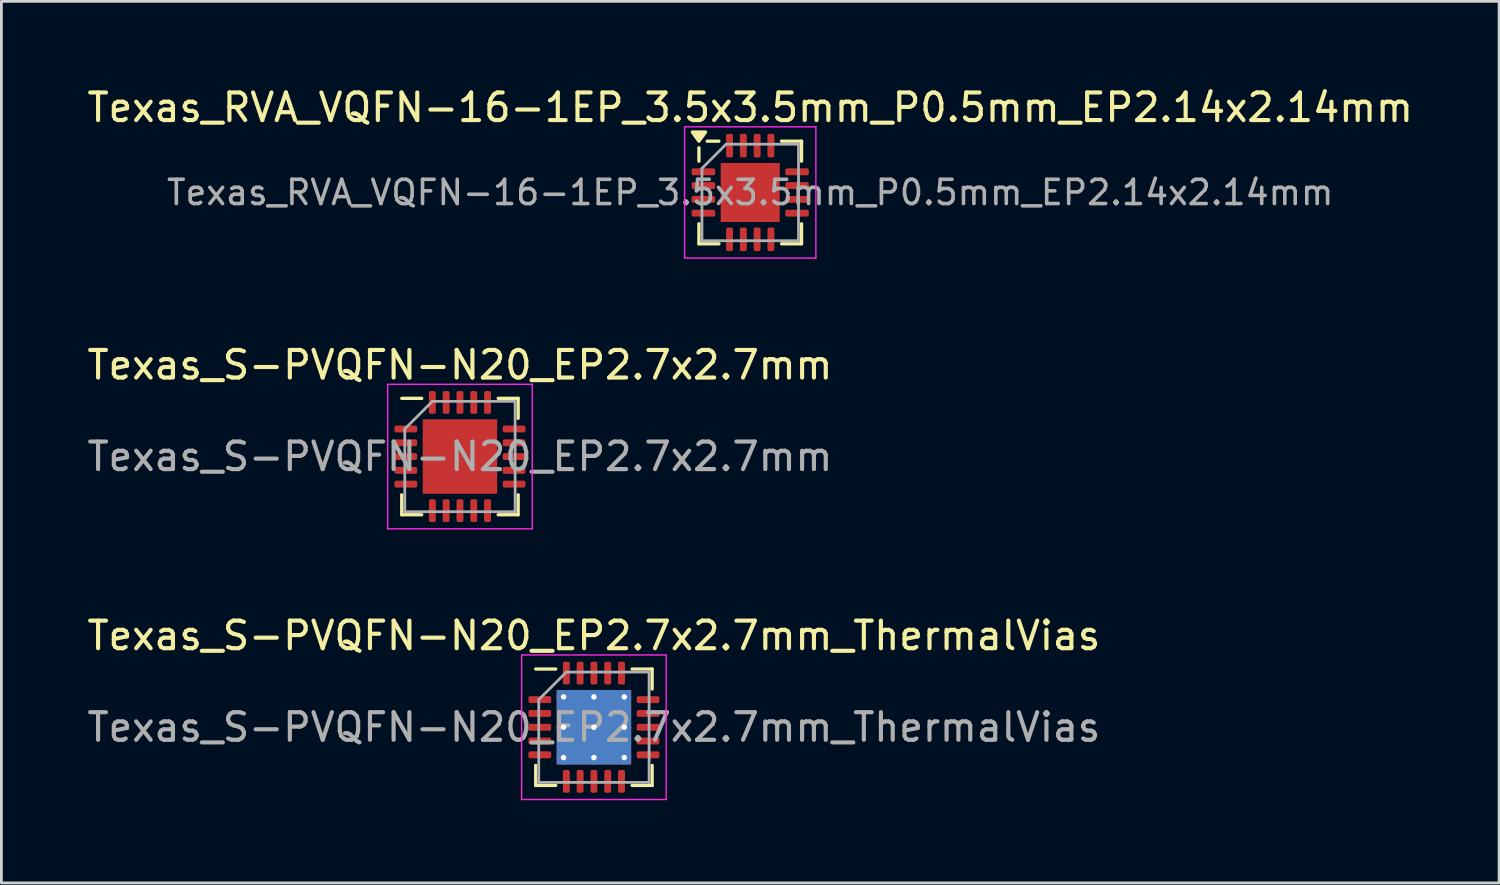
<source format=kicad_pcb>
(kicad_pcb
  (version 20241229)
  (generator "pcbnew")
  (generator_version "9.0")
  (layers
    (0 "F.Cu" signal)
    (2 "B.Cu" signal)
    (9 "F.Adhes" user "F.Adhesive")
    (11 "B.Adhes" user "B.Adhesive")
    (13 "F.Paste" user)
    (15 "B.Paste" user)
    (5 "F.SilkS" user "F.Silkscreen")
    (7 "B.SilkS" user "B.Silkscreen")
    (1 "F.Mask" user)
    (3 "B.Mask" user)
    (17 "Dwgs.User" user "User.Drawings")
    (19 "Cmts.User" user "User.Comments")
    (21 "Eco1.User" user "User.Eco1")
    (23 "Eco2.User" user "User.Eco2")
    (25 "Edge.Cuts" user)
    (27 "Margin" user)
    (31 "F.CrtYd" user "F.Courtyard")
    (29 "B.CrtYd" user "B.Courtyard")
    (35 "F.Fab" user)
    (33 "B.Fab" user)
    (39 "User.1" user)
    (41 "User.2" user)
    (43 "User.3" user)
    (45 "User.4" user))
  (footprint "Texas_S-PVQFN-N20_EP2.7x2.7mm_ThermalVias"
    (layer "F.Cu")
    (at 18.482 23.315)
    (property "Reference" "Texas_S-PVQFN-N20_EP2.7x2.7mm_ThermalVias" (at 0 -3.32 0) (layer "F.SilkS") (effects (font (size 1 1) (thickness 0.15))))
    (attr smd)
    (fp_line (start -2.11 2.11) (end -2.11 1.385) (stroke (width 0.12) (type solid)) (layer "F.SilkS"))
    (fp_line (start -1.385 -2.11) (end -2.11 -2.11) (stroke (width 0.12) (type solid)) (layer "F.SilkS"))
    (fp_line (start -1.385 2.11) (end -2.11 2.11) (stroke (width 0.12) (type solid)) (layer "F.SilkS"))
    (fp_line (start 1.385 -2.11) (end 2.11 -2.11) (stroke (width 0.12) (type solid)) (layer "F.SilkS"))
    (fp_line (start 1.385 2.11) (end 2.11 2.11) (stroke (width 0.12) (type solid)) (layer "F.SilkS"))
    (fp_line (start 2.11 -2.11) (end 2.11 -1.385) (stroke (width 0.12) (type solid)) (layer "F.SilkS"))
    (fp_line (start 2.11 2.11) (end 2.11 1.385) (stroke (width 0.12) (type solid)) (layer "F.SilkS"))
    (fp_line (start -2.62 -2.62) (end -2.62 2.62) (stroke (width 0.05) (type solid)) (layer "F.CrtYd"))
    (fp_line (start -2.62 2.62) (end 2.62 2.62) (stroke (width 0.05) (type solid)) (layer "F.CrtYd"))
    (fp_line (start 2.62 -2.62) (end -2.62 -2.62) (stroke (width 0.05) (type solid)) (layer "F.CrtYd"))
    (fp_line (start 2.62 2.62) (end 2.62 -2.62) (stroke (width 0.05) (type solid)) (layer "F.CrtYd"))
    (fp_line (start -2 -1) (end -1 -2) (stroke (width 0.1) (type solid)) (layer "F.Fab"))
    (fp_line (start -2 2) (end -2 -1) (stroke (width 0.1) (type solid)) (layer "F.Fab"))
    (fp_line (start -1 -2) (end 2 -2) (stroke (width 0.1) (type solid)) (layer "F.Fab"))
    (fp_line (start 2 -2) (end 2 2) (stroke (width 0.1) (type solid)) (layer "F.Fab"))
    (fp_line (start 2 2) (end -2 2) (stroke (width 0.1) (type solid)) (layer "F.Fab"))
    (fp_text user "${REFERENCE}" (at 0 0 0) (layer "F.Fab") (effects (font (size 1 1) (thickness 0.15))))
    (pad "" smd roundrect (at -0.675 -0.675) (size 1.13 1.13) (layers "F.Paste") (roundrect_rratio 0.221))
    (pad "" smd roundrect (at -0.675 0.675) (size 1.13 1.13) (layers "F.Paste") (roundrect_rratio 0.221))
    (pad "" smd roundrect (at 0.675 -0.675) (size 1.13 1.13) (layers "F.Paste") (roundrect_rratio 0.221))
    (pad "" smd roundrect (at 0.675 0.675) (size 1.13 1.13) (layers "F.Paste") (roundrect_rratio 0.221))
    (pad "1" smd roundrect (at -1.962 -1) (size 0.825 0.25) (layers "F.Cu" "F.Mask" "F.Paste") (roundrect_rratio 0.25))
    (pad "2" smd roundrect (at -1.962 -0.5) (size 0.825 0.25) (layers "F.Cu" "F.Mask" "F.Paste") (roundrect_rratio 0.25))
    (pad "3" smd roundrect (at -1.962 0) (size 0.825 0.25) (layers "F.Cu" "F.Mask" "F.Paste") (roundrect_rratio 0.25))
    (pad "4" smd roundrect (at -1.962 0.5) (size 0.825 0.25) (layers "F.Cu" "F.Mask" "F.Paste") (roundrect_rratio 0.25))
    (pad "5" smd roundrect (at -1.962 1) (size 0.825 0.25) (layers "F.Cu" "F.Mask" "F.Paste") (roundrect_rratio 0.25))
    (pad "6" smd roundrect (at -1 1.962) (size 0.25 0.825) (layers "F.Cu" "F.Mask" "F.Paste") (roundrect_rratio 0.25))
    (pad "7" smd roundrect (at -0.5 1.962) (size 0.25 0.825) (layers "F.Cu" "F.Mask" "F.Paste") (roundrect_rratio 0.25))
    (pad "8" smd roundrect (at 0 1.962) (size 0.25 0.825) (layers "F.Cu" "F.Mask" "F.Paste") (roundrect_rratio 0.25))
    (pad "9" smd roundrect (at 0.5 1.962) (size 0.25 0.825) (layers "F.Cu" "F.Mask" "F.Paste") (roundrect_rratio 0.25))
    (pad "10" smd roundrect (at 1 1.962) (size 0.25 0.825) (layers "F.Cu" "F.Mask" "F.Paste") (roundrect_rratio 0.25))
    (pad "11" smd roundrect (at 1.962 1) (size 0.825 0.25) (layers "F.Cu" "F.Mask" "F.Paste") (roundrect_rratio 0.25))
    (pad "12" smd roundrect (at 1.962 0.5) (size 0.825 0.25) (layers "F.Cu" "F.Mask" "F.Paste") (roundrect_rratio 0.25))
    (pad "13" smd roundrect (at 1.962 0) (size 0.825 0.25) (layers "F.Cu" "F.Mask" "F.Paste") (roundrect_rratio 0.25))
    (pad "14" smd roundrect (at 1.962 -0.5) (size 0.825 0.25) (layers "F.Cu" "F.Mask" "F.Paste") (roundrect_rratio 0.25))
    (pad "15" smd roundrect (at 1.962 -1) (size 0.825 0.25) (layers "F.Cu" "F.Mask" "F.Paste") (roundrect_rratio 0.25))
    (pad "16" smd roundrect (at 1 -1.962) (size 0.25 0.825) (layers "F.Cu" "F.Mask" "F.Paste") (roundrect_rratio 0.25))
    (pad "17" smd roundrect (at 0.5 -1.962) (size 0.25 0.825) (layers "F.Cu" "F.Mask" "F.Paste") (roundrect_rratio 0.25))
    (pad "18" smd roundrect (at 0 -1.962) (size 0.25 0.825) (layers "F.Cu" "F.Mask" "F.Paste") (roundrect_rratio 0.25))
    (pad "19" smd roundrect (at -0.5 -1.962) (size 0.25 0.825) (layers "F.Cu" "F.Mask" "F.Paste") (roundrect_rratio 0.25))
    (pad "20" smd roundrect (at -1 -1.962) (size 0.25 0.825) (layers "F.Cu" "F.Mask" "F.Paste") (roundrect_rratio 0.25))
    (pad "21" thru_hole circle (at -1.1 -1.1) (size 0.5 0.5) (drill 0.2) (layers "*.Cu"))
    (pad "21" thru_hole circle (at -1.1 0) (size 0.5 0.5) (drill 0.2) (layers "*.Cu"))
    (pad "21" thru_hole circle (at -1.1 1.1) (size 0.5 0.5) (drill 0.2) (layers "*.Cu"))
    (pad "21" thru_hole circle (at 0 -1.1) (size 0.5 0.5) (drill 0.2) (layers "*.Cu"))
    (pad "21" thru_hole circle (at 0 0) (size 0.5 0.5) (drill 0.2) (layers "*.Cu"))
    (pad "21" smd rect (at 0 0) (size 2.7 2.7) (layers "F.Cu" "F.Mask"))
    (pad "21" smd rect (at 0 0) (size 2.7 2.7) (layers "B.Cu"))
    (pad "21" thru_hole circle (at 0 1.1) (size 0.5 0.5) (drill 0.2) (layers "*.Cu"))
    (pad "21" thru_hole circle (at 1.1 -1.1) (size 0.5 0.5) (drill 0.2) (layers "*.Cu"))
    (pad "21" thru_hole circle (at 1.1 0) (size 0.5 0.5) (drill 0.2) (layers "*.Cu"))
    (pad "21" thru_hole circle (at 1.1 1.1) (size 0.5 0.5) (drill 0.2) (layers "*.Cu")))
  (footprint "Texas_S-PVQFN-N20_EP2.7x2.7mm"
    (layer "F.Cu")
    (at 13.625 13.502)
    (property "Reference" "Texas_S-PVQFN-N20_EP2.7x2.7mm" (at 0 -3.32 0) (layer "F.SilkS") (effects (font (size 1 1) (thickness 0.15))))
    (attr smd)
    (fp_line (start -2.11 2.11) (end -2.11 1.385) (stroke (width 0.12) (type solid)) (layer "F.SilkS"))
    (fp_line (start -1.385 -2.11) (end -2.11 -2.11) (stroke (width 0.12) (type solid)) (layer "F.SilkS"))
    (fp_line (start -1.385 2.11) (end -2.11 2.11) (stroke (width 0.12) (type solid)) (layer "F.SilkS"))
    (fp_line (start 1.385 -2.11) (end 2.11 -2.11) (stroke (width 0.12) (type solid)) (layer "F.SilkS"))
    (fp_line (start 1.385 2.11) (end 2.11 2.11) (stroke (width 0.12) (type solid)) (layer "F.SilkS"))
    (fp_line (start 2.11 -2.11) (end 2.11 -1.385) (stroke (width 0.12) (type solid)) (layer "F.SilkS"))
    (fp_line (start 2.11 2.11) (end 2.11 1.385) (stroke (width 0.12) (type solid)) (layer "F.SilkS"))
    (fp_line (start -2.62 -2.62) (end -2.62 2.62) (stroke (width 0.05) (type solid)) (layer "F.CrtYd"))
    (fp_line (start -2.62 2.62) (end 2.62 2.62) (stroke (width 0.05) (type solid)) (layer "F.CrtYd"))
    (fp_line (start 2.62 -2.62) (end -2.62 -2.62) (stroke (width 0.05) (type solid)) (layer "F.CrtYd"))
    (fp_line (start 2.62 2.62) (end 2.62 -2.62) (stroke (width 0.05) (type solid)) (layer "F.CrtYd"))
    (fp_line (start -2 -1) (end -1 -2) (stroke (width 0.1) (type solid)) (layer "F.Fab"))
    (fp_line (start -2 2) (end -2 -1) (stroke (width 0.1) (type solid)) (layer "F.Fab"))
    (fp_line (start -1 -2) (end 2 -2) (stroke (width 0.1) (type solid)) (layer "F.Fab"))
    (fp_line (start 2 -2) (end 2 2) (stroke (width 0.1) (type solid)) (layer "F.Fab"))
    (fp_line (start 2 2) (end -2 2) (stroke (width 0.1) (type solid)) (layer "F.Fab"))
    (fp_text user "${REFERENCE}" (at 0 0 0) (layer "F.Fab") (effects (font (size 1 1) (thickness 0.15))))
    (pad "" smd roundrect (at -0.675 -0.675) (size 1.09 1.09) (layers "F.Paste") (roundrect_rratio 0.229))
    (pad "" smd roundrect (at -0.675 0.675) (size 1.09 1.09) (layers "F.Paste") (roundrect_rratio 0.229))
    (pad "" smd roundrect (at 0.675 -0.675) (size 1.09 1.09) (layers "F.Paste") (roundrect_rratio 0.229))
    (pad "" smd roundrect (at 0.675 0.675) (size 1.09 1.09) (layers "F.Paste") (roundrect_rratio 0.229))
    (pad "1" smd roundrect (at -1.962 -1) (size 0.825 0.25) (layers "F.Cu" "F.Mask" "F.Paste") (roundrect_rratio 0.25))
    (pad "2" smd roundrect (at -1.962 -0.5) (size 0.825 0.25) (layers "F.Cu" "F.Mask" "F.Paste") (roundrect_rratio 0.25))
    (pad "3" smd roundrect (at -1.962 0) (size 0.825 0.25) (layers "F.Cu" "F.Mask" "F.Paste") (roundrect_rratio 0.25))
    (pad "4" smd roundrect (at -1.962 0.5) (size 0.825 0.25) (layers "F.Cu" "F.Mask" "F.Paste") (roundrect_rratio 0.25))
    (pad "5" smd roundrect (at -1.962 1) (size 0.825 0.25) (layers "F.Cu" "F.Mask" "F.Paste") (roundrect_rratio 0.25))
    (pad "6" smd roundrect (at -1 1.962) (size 0.25 0.825) (layers "F.Cu" "F.Mask" "F.Paste") (roundrect_rratio 0.25))
    (pad "7" smd roundrect (at -0.5 1.962) (size 0.25 0.825) (layers "F.Cu" "F.Mask" "F.Paste") (roundrect_rratio 0.25))
    (pad "8" smd roundrect (at 0 1.962) (size 0.25 0.825) (layers "F.Cu" "F.Mask" "F.Paste") (roundrect_rratio 0.25))
    (pad "9" smd roundrect (at 0.5 1.962) (size 0.25 0.825) (layers "F.Cu" "F.Mask" "F.Paste") (roundrect_rratio 0.25))
    (pad "10" smd roundrect (at 1 1.962) (size 0.25 0.825) (layers "F.Cu" "F.Mask" "F.Paste") (roundrect_rratio 0.25))
    (pad "11" smd roundrect (at 1.962 1) (size 0.825 0.25) (layers "F.Cu" "F.Mask" "F.Paste") (roundrect_rratio 0.25))
    (pad "12" smd roundrect (at 1.962 0.5) (size 0.825 0.25) (layers "F.Cu" "F.Mask" "F.Paste") (roundrect_rratio 0.25))
    (pad "13" smd roundrect (at 1.962 0) (size 0.825 0.25) (layers "F.Cu" "F.Mask" "F.Paste") (roundrect_rratio 0.25))
    (pad "14" smd roundrect (at 1.962 -0.5) (size 0.825 0.25) (layers "F.Cu" "F.Mask" "F.Paste") (roundrect_rratio 0.25))
    (pad "15" smd roundrect (at 1.962 -1) (size 0.825 0.25) (layers "F.Cu" "F.Mask" "F.Paste") (roundrect_rratio 0.25))
    (pad "16" smd roundrect (at 1 -1.962) (size 0.25 0.825) (layers "F.Cu" "F.Mask" "F.Paste") (roundrect_rratio 0.25))
    (pad "17" smd roundrect (at 0.5 -1.962) (size 0.25 0.825) (layers "F.Cu" "F.Mask" "F.Paste") (roundrect_rratio 0.25))
    (pad "18" smd roundrect (at 0 -1.962) (size 0.25 0.825) (layers "F.Cu" "F.Mask" "F.Paste") (roundrect_rratio 0.25))
    (pad "19" smd roundrect (at -0.5 -1.962) (size 0.25 0.825) (layers "F.Cu" "F.Mask" "F.Paste") (roundrect_rratio 0.25))
    (pad "20" smd roundrect (at -1 -1.962) (size 0.25 0.825) (layers "F.Cu" "F.Mask" "F.Paste") (roundrect_rratio 0.25))
    (pad "21" smd rect (at 0 0) (size 2.7 2.7) (layers "F.Cu" "F.Mask")))
  (footprint "Texas_RVA_VQFN-16-1EP_3.5x3.5mm_P0.5mm_EP2.14x2.14mm"
    (layer "F.Cu")
    (at 24.149 3.928)
    (property "Reference" "Texas_RVA_VQFN-16-1EP_3.5x3.5mm_P0.5mm_EP2.14x2.14mm" (at 0 -3.08 0) (layer "F.SilkS") (effects (font (size 1 1) (thickness 0.15))))
    (attr smd)
    (fp_line (start -1.86 -1.135) (end -1.86 -1.62) (stroke (width 0.12) (type solid)) (layer "F.SilkS"))
    (fp_line (start -1.86 1.86) (end -1.86 1.135) (stroke (width 0.12) (type solid)) (layer "F.SilkS"))
    (fp_line (start -1.135 -1.86) (end -1.56 -1.86) (stroke (width 0.12) (type solid)) (layer "F.SilkS"))
    (fp_line (start -1.135 1.86) (end -1.86 1.86) (stroke (width 0.12) (type solid)) (layer "F.SilkS"))
    (fp_line (start 1.135 -1.86) (end 1.86 -1.86) (stroke (width 0.12) (type solid)) (layer "F.SilkS"))
    (fp_line (start 1.135 1.86) (end 1.86 1.86) (stroke (width 0.12) (type solid)) (layer "F.SilkS"))
    (fp_line (start 1.86 -1.86) (end 1.86 -1.135) (stroke (width 0.12) (type solid)) (layer "F.SilkS"))
    (fp_line (start 1.86 1.86) (end 1.86 1.135) (stroke (width 0.12) (type solid)) (layer "F.SilkS"))
    (fp_poly (pts (xy -1.86 -1.86) (xy -2.1 -2.19) (xy -1.62 -2.19) (xy -1.86 -1.86)) (stroke (width 0.12) (type solid)) (fill yes) (layer "F.SilkS"))
    (fp_line (start -2.38 -2.38) (end -2.38 2.38) (stroke (width 0.05) (type solid)) (layer "F.CrtYd"))
    (fp_line (start -2.38 2.38) (end 2.38 2.38) (stroke (width 0.05) (type solid)) (layer "F.CrtYd"))
    (fp_line (start 2.38 -2.38) (end -2.38 -2.38) (stroke (width 0.05) (type solid)) (layer "F.CrtYd"))
    (fp_line (start 2.38 2.38) (end 2.38 -2.38) (stroke (width 0.05) (type solid)) (layer "F.CrtYd"))
    (fp_line (start -1.75 -0.875) (end -0.875 -1.75) (stroke (width 0.1) (type solid)) (layer "F.Fab"))
    (fp_line (start -1.75 1.75) (end -1.75 -0.875) (stroke (width 0.1) (type solid)) (layer "F.Fab"))
    (fp_line (start -0.875 -1.75) (end 1.75 -1.75) (stroke (width 0.1) (type solid)) (layer "F.Fab"))
    (fp_line (start 1.75 -1.75) (end 1.75 1.75) (stroke (width 0.1) (type solid)) (layer "F.Fab"))
    (fp_line (start 1.75 1.75) (end -1.75 1.75) (stroke (width 0.1) (type solid)) (layer "F.Fab"))
    (fp_text user "${REFERENCE}" (at 0 0 0) (layer "F.Fab") (effects (font (size 0.88 0.88) (thickness 0.13))))
    (pad "" smd roundrect (at -0.71 -0.71) (size 0.58 0.58) (layers "F.Paste") (roundrect_rratio 0.25))
    (pad "" smd roundrect (at -0.71 0) (size 0.58 0.58) (layers "F.Paste") (roundrect_rratio 0.25))
    (pad "" smd roundrect (at -0.71 0.71) (size 0.58 0.58) (layers "F.Paste") (roundrect_rratio 0.25))
    (pad "" smd roundrect (at 0 -0.71) (size 0.58 0.58) (layers "F.Paste") (roundrect_rratio 0.25))
    (pad "" smd roundrect (at 0 0) (size 0.58 0.58) (layers "F.Paste") (roundrect_rratio 0.25))
    (pad "" smd roundrect (at 0 0.71) (size 0.58 0.58) (layers "F.Paste") (roundrect_rratio 0.25))
    (pad "" smd roundrect (at 0.71 -0.71) (size 0.58 0.58) (layers "F.Paste") (roundrect_rratio 0.25))
    (pad "" smd roundrect (at 0.71 0) (size 0.58 0.58) (layers "F.Paste") (roundrect_rratio 0.25))
    (pad "" smd roundrect (at 0.71 0.71) (size 0.58 0.58) (layers "F.Paste") (roundrect_rratio 0.25))
    (pad "1" smd roundrect (at -1.698 -0.75) (size 0.855 0.25) (layers "F.Cu" "F.Mask" "F.Paste") (roundrect_rratio 0.25))
    (pad "2" smd roundrect (at -1.698 -0.25) (size 0.855 0.25) (layers "F.Cu" "F.Mask" "F.Paste") (roundrect_rratio 0.25))
    (pad "3" smd roundrect (at -1.698 0.25) (size 0.855 0.25) (layers "F.Cu" "F.Mask" "F.Paste") (roundrect_rratio 0.25))
    (pad "4" smd roundrect (at -1.698 0.75) (size 0.855 0.25) (layers "F.Cu" "F.Mask" "F.Paste") (roundrect_rratio 0.25))
    (pad "5" smd roundrect (at -0.75 1.698) (size 0.25 0.855) (layers "F.Cu" "F.Mask" "F.Paste") (roundrect_rratio 0.25))
    (pad "6" smd roundrect (at -0.25 1.698) (size 0.25 0.855) (layers "F.Cu" "F.Mask" "F.Paste") (roundrect_rratio 0.25))
    (pad "7" smd roundrect (at 0.25 1.698) (size 0.25 0.855) (layers "F.Cu" "F.Mask" "F.Paste") (roundrect_rratio 0.25))
    (pad "8" smd roundrect (at 0.75 1.698) (size 0.25 0.855) (layers "F.Cu" "F.Mask" "F.Paste") (roundrect_rratio 0.25))
    (pad "9" smd roundrect (at 1.698 0.75) (size 0.855 0.25) (layers "F.Cu" "F.Mask" "F.Paste") (roundrect_rratio 0.25))
    (pad "10" smd roundrect (at 1.698 0.25) (size 0.855 0.25) (layers "F.Cu" "F.Mask" "F.Paste") (roundrect_rratio 0.25))
    (pad "11" smd roundrect (at 1.698 -0.25) (size 0.855 0.25) (layers "F.Cu" "F.Mask" "F.Paste") (roundrect_rratio 0.25))
    (pad "12" smd roundrect (at 1.698 -0.75) (size 0.855 0.25) (layers "F.Cu" "F.Mask" "F.Paste") (roundrect_rratio 0.25))
    (pad "13" smd roundrect (at 0.75 -1.698) (size 0.25 0.855) (layers "F.Cu" "F.Mask" "F.Paste") (roundrect_rratio 0.25))
    (pad "14" smd roundrect (at 0.25 -1.698) (size 0.25 0.855) (layers "F.Cu" "F.Mask" "F.Paste") (roundrect_rratio 0.25))
    (pad "15" smd roundrect (at -0.25 -1.698) (size 0.25 0.855) (layers "F.Cu" "F.Mask" "F.Paste") (roundrect_rratio 0.25))
    (pad "16" smd roundrect (at -0.75 -1.698) (size 0.25 0.855) (layers "F.Cu" "F.Mask" "F.Paste") (roundrect_rratio 0.25))
    (pad "17" smd rect (at 0 0) (size 2.14 2.14) (property pad_prop_heatsink) (layers "F.Cu" "F.Mask")))
  (gr_rect
    (start -3 -3)
    (end 51.298 28.96)
    (stroke (width 0.1) (type default))
    (fill no)
    (layer "Edge.Cuts")))
</source>
